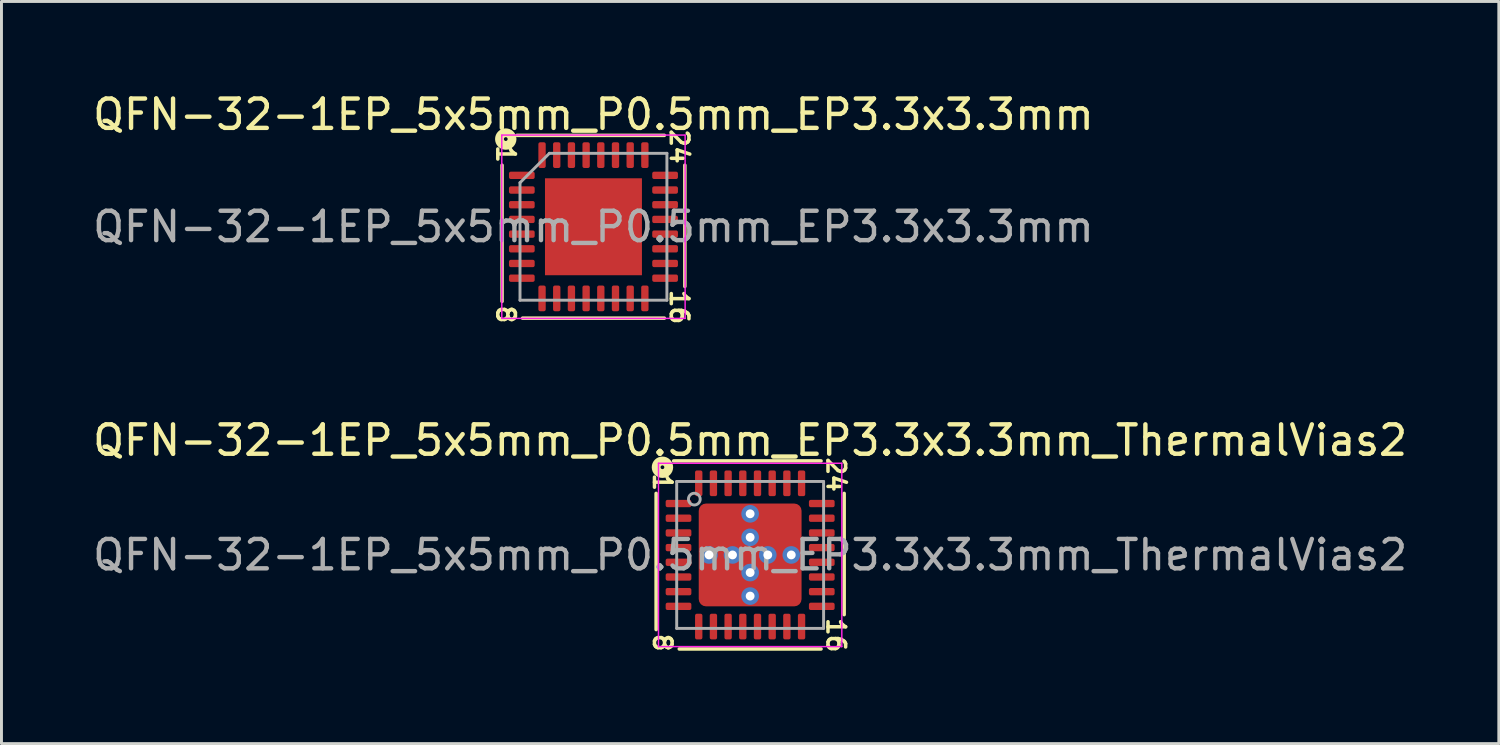
<source format=kicad_pcb>
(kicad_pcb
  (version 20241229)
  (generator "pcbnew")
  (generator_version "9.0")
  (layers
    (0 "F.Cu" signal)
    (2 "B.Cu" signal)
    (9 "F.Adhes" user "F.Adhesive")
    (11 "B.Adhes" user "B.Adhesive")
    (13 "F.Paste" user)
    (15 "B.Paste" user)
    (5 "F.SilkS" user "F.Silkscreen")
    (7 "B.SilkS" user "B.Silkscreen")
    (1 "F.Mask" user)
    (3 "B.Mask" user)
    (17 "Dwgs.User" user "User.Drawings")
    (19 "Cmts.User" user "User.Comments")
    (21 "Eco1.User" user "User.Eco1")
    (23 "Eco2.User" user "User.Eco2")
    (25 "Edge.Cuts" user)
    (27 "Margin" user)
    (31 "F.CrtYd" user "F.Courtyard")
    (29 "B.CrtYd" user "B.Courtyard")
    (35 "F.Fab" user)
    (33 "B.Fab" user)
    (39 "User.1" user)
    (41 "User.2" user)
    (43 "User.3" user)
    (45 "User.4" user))
  (footprint "QFN-32-1EP_5x5mm_P0.5mm_EP3.3x3.3mm"
    (layer "F.Cu")
    (at 17.149 4.668)
    (property "Reference" "QFN-32-1EP_5x5mm_P0.5mm_EP3.3x3.3mm" (at 0 -3.82 0) (layer "F.SilkS") (effects (font (size 1 1) (thickness 0.15))))
    (attr smd)
    (fp_line (start -3.111 -2.095) (end -3.111 2.54) (stroke (width 0.12) (type solid)) (layer "F.SilkS"))
    (fp_line (start -2.413 3.111) (end 2.413 3.111) (stroke (width 0.12) (type solid)) (layer "F.SilkS"))
    (fp_line (start 2.413 -3.111) (end -2.603 -3.111) (stroke (width 0.12) (type solid)) (layer "F.SilkS"))
    (fp_line (start 3.111 2.032) (end 3.111 -2.095) (stroke (width 0.12) (type solid)) (layer "F.SilkS"))
    (fp_circle (center -2.985 -2.985) (end -2.921 -2.985) (stroke (width 0.3) (type solid)) (fill no) (layer "F.SilkS"))
    (fp_line (start -3.12 -3.12) (end -3.12 3.12) (stroke (width 0.05) (type solid)) (layer "F.CrtYd"))
    (fp_line (start -3.12 3.12) (end 3.12 3.12) (stroke (width 0.05) (type solid)) (layer "F.CrtYd"))
    (fp_line (start 3.12 -3.12) (end -3.12 -3.12) (stroke (width 0.05) (type solid)) (layer "F.CrtYd"))
    (fp_line (start 3.12 3.12) (end 3.12 -3.12) (stroke (width 0.05) (type solid)) (layer "F.CrtYd"))
    (fp_line (start -2.5 -1.5) (end -1.5 -2.5) (stroke (width 0.1) (type solid)) (layer "F.Fab"))
    (fp_line (start -2.5 2.5) (end -2.5 -1.5) (stroke (width 0.1) (type solid)) (layer "F.Fab"))
    (fp_line (start -1.5 -2.5) (end 2.5 -2.5) (stroke (width 0.1) (type solid)) (layer "F.Fab"))
    (fp_line (start 2.5 -2.5) (end 2.5 2.5) (stroke (width 0.1) (type solid)) (layer "F.Fab"))
    (fp_line (start 2.5 2.5) (end -2.5 2.5) (stroke (width 0.1) (type solid)) (layer "F.Fab"))
    (fp_text user "16" (at 2.921 2.731 270) (unlocked yes) (layer "F.SilkS") (effects (font (size 0.6 0.6) (thickness 0.12))))
    (fp_text user "24" (at 2.921 -2.731 270) (unlocked yes) (layer "F.SilkS") (effects (font (size 0.6 0.6) (thickness 0.12))))
    (fp_text user "8" (at -2.985 2.985 270) (unlocked yes) (layer "F.SilkS") (effects (font (size 0.6 0.6) (thickness 0.12))))
    (fp_text user "1" (at -2.985 -2.477 270) (unlocked yes) (layer "F.SilkS") (effects (font (size 0.6 0.6) (thickness 0.12))))
    (fp_text user "${REFERENCE}" (at 0 0 0) (layer "F.Fab") (effects (font (size 1 1) (thickness 0.15))))
    (pad "" smd roundrect (at -1.1 -1.1) (size 0.89 0.89) (layers "F.Paste") (roundrect_rratio 0.25))
    (pad "" smd roundrect (at -1.1 0) (size 0.89 0.89) (layers "F.Paste") (roundrect_rratio 0.25))
    (pad "" smd roundrect (at -1.1 1.1) (size 0.89 0.89) (layers "F.Paste") (roundrect_rratio 0.25))
    (pad "" smd roundrect (at 0 -1.1) (size 0.89 0.89) (layers "F.Paste") (roundrect_rratio 0.25))
    (pad "" smd roundrect (at 0 0) (size 0.89 0.89) (layers "F.Paste") (roundrect_rratio 0.25))
    (pad "" smd roundrect (at 0 1.1) (size 0.89 0.89) (layers "F.Paste") (roundrect_rratio 0.25))
    (pad "" smd roundrect (at 1.1 -1.1) (size 0.89 0.89) (layers "F.Paste") (roundrect_rratio 0.25))
    (pad "" smd roundrect (at 1.1 0) (size 0.89 0.89) (layers "F.Paste") (roundrect_rratio 0.25))
    (pad "" smd roundrect (at 1.1 1.1) (size 0.89 0.89) (layers "F.Paste") (roundrect_rratio 0.25))
    (pad "1" smd roundrect (at -2.438 -1.75) (size 0.875 0.25) (layers "F.Cu" "F.Mask" "F.Paste") (roundrect_rratio 0.25))
    (pad "2" smd roundrect (at -2.438 -1.25) (size 0.875 0.25) (layers "F.Cu" "F.Mask" "F.Paste") (roundrect_rratio 0.25))
    (pad "3" smd roundrect (at -2.438 -0.75) (size 0.875 0.25) (layers "F.Cu" "F.Mask" "F.Paste") (roundrect_rratio 0.25))
    (pad "4" smd roundrect (at -2.438 -0.25) (size 0.875 0.25) (layers "F.Cu" "F.Mask" "F.Paste") (roundrect_rratio 0.25))
    (pad "5" smd roundrect (at -2.438 0.25) (size 0.875 0.25) (layers "F.Cu" "F.Mask" "F.Paste") (roundrect_rratio 0.25))
    (pad "6" smd roundrect (at -2.438 0.75) (size 0.875 0.25) (layers "F.Cu" "F.Mask" "F.Paste") (roundrect_rratio 0.25))
    (pad "7" smd roundrect (at -2.438 1.25) (size 0.875 0.25) (layers "F.Cu" "F.Mask" "F.Paste") (roundrect_rratio 0.25))
    (pad "8" smd roundrect (at -2.438 1.75) (size 0.875 0.25) (layers "F.Cu" "F.Mask" "F.Paste") (roundrect_rratio 0.25))
    (pad "9" smd roundrect (at -1.75 2.438) (size 0.25 0.875) (layers "F.Cu" "F.Mask" "F.Paste") (roundrect_rratio 0.25))
    (pad "10" smd roundrect (at -1.25 2.438) (size 0.25 0.875) (layers "F.Cu" "F.Mask" "F.Paste") (roundrect_rratio 0.25))
    (pad "11" smd roundrect (at -0.75 2.438) (size 0.25 0.875) (layers "F.Cu" "F.Mask" "F.Paste") (roundrect_rratio 0.25))
    (pad "12" smd roundrect (at -0.25 2.438) (size 0.25 0.875) (layers "F.Cu" "F.Mask" "F.Paste") (roundrect_rratio 0.25))
    (pad "13" smd roundrect (at 0.25 2.438) (size 0.25 0.875) (layers "F.Cu" "F.Mask" "F.Paste") (roundrect_rratio 0.25))
    (pad "14" smd roundrect (at 0.75 2.438) (size 0.25 0.875) (layers "F.Cu" "F.Mask" "F.Paste") (roundrect_rratio 0.25))
    (pad "15" smd roundrect (at 1.25 2.438) (size 0.25 0.875) (layers "F.Cu" "F.Mask" "F.Paste") (roundrect_rratio 0.25))
    (pad "16" smd roundrect (at 1.75 2.438) (size 0.25 0.875) (layers "F.Cu" "F.Mask" "F.Paste") (roundrect_rratio 0.25))
    (pad "17" smd roundrect (at 2.438 1.75) (size 0.875 0.25) (layers "F.Cu" "F.Mask" "F.Paste") (roundrect_rratio 0.25))
    (pad "18" smd roundrect (at 2.438 1.25) (size 0.875 0.25) (layers "F.Cu" "F.Mask" "F.Paste") (roundrect_rratio 0.25))
    (pad "19" smd roundrect (at 2.438 0.75) (size 0.875 0.25) (layers "F.Cu" "F.Mask" "F.Paste") (roundrect_rratio 0.25))
    (pad "20" smd roundrect (at 2.438 0.25) (size 0.875 0.25) (layers "F.Cu" "F.Mask" "F.Paste") (roundrect_rratio 0.25))
    (pad "21" smd roundrect (at 2.438 -0.25) (size 0.875 0.25) (layers "F.Cu" "F.Mask" "F.Paste") (roundrect_rratio 0.25))
    (pad "22" smd roundrect (at 2.438 -0.75) (size 0.875 0.25) (layers "F.Cu" "F.Mask" "F.Paste") (roundrect_rratio 0.25))
    (pad "23" smd roundrect (at 2.438 -1.25) (size 0.875 0.25) (layers "F.Cu" "F.Mask" "F.Paste") (roundrect_rratio 0.25))
    (pad "24" smd roundrect (at 2.438 -1.75) (size 0.875 0.25) (layers "F.Cu" "F.Mask" "F.Paste") (roundrect_rratio 0.25))
    (pad "25" smd roundrect (at 1.75 -2.438) (size 0.25 0.875) (layers "F.Cu" "F.Mask" "F.Paste") (roundrect_rratio 0.25))
    (pad "26" smd roundrect (at 1.25 -2.438) (size 0.25 0.875) (layers "F.Cu" "F.Mask" "F.Paste") (roundrect_rratio 0.25))
    (pad "27" smd roundrect (at 0.75 -2.438) (size 0.25 0.875) (layers "F.Cu" "F.Mask" "F.Paste") (roundrect_rratio 0.25))
    (pad "28" smd roundrect (at 0.25 -2.438) (size 0.25 0.875) (layers "F.Cu" "F.Mask" "F.Paste") (roundrect_rratio 0.25))
    (pad "29" smd roundrect (at -0.25 -2.438) (size 0.25 0.875) (layers "F.Cu" "F.Mask" "F.Paste") (roundrect_rratio 0.25))
    (pad "30" smd roundrect (at -0.75 -2.438) (size 0.25 0.875) (layers "F.Cu" "F.Mask" "F.Paste") (roundrect_rratio 0.25))
    (pad "31" smd roundrect (at -1.25 -2.438) (size 0.25 0.875) (layers "F.Cu" "F.Mask" "F.Paste") (roundrect_rratio 0.25))
    (pad "32" smd roundrect (at -1.75 -2.438) (size 0.25 0.875) (layers "F.Cu" "F.Mask" "F.Paste") (roundrect_rratio 0.25))
    (pad "33" smd rect (at 0 0) (size 3.3 3.3) (layers "F.Cu" "F.Mask")))
  (footprint "QFN-32-1EP_5x5mm_P0.5mm_EP3.3x3.3mm_ThermalVias2"
    (layer "F.Cu")
    (at 22.482 15.838)
    (property "Reference" "QFN-32-1EP_5x5mm_P0.5mm_EP3.3x3.3mm_ThermalVias2" (at 0 -3.9 0) (layer "F.SilkS") (effects (font (size 1 1) (thickness 0.15))))
    (attr smd)
    (fp_line (start -3.2 -2.095) (end -3.2 2.54) (stroke (width 0.12) (type solid)) (layer "F.SilkS"))
    (fp_line (start -2.413 3.2) (end 2.413 3.2) (stroke (width 0.12) (type solid)) (layer "F.SilkS"))
    (fp_line (start 2.413 -3.2) (end -2.603 -3.2) (stroke (width 0.12) (type solid)) (layer "F.SilkS"))
    (fp_line (start 3.2 2.032) (end 3.2 -2.095) (stroke (width 0.12) (type solid)) (layer "F.SilkS"))
    (fp_circle (center -2.985 -2.985) (end -2.921 -2.985) (stroke (width 0.3) (type solid)) (fill no) (layer "F.SilkS"))
    (fp_line (start -3.12 -3.12) (end -3.12 3.12) (stroke (width 0.05) (type solid)) (layer "F.CrtYd"))
    (fp_line (start -3.12 3.12) (end 3.12 3.12) (stroke (width 0.05) (type solid)) (layer "F.CrtYd"))
    (fp_line (start 3.12 -3.12) (end -3.12 -3.12) (stroke (width 0.05) (type solid)) (layer "F.CrtYd"))
    (fp_line (start 3.12 3.12) (end 3.12 -3.12) (stroke (width 0.05) (type solid)) (layer "F.CrtYd"))
    (fp_line (start -2.5 -2.5) (end 2.5 -2.5) (stroke (width 0.1) (type solid)) (layer "F.Fab"))
    (fp_line (start -2.5 2.5) (end -2.5 -2.5) (stroke (width 0.1) (type solid)) (layer "F.Fab"))
    (fp_line (start 2.5 -2.5) (end 2.5 2.5) (stroke (width 0.1) (type solid)) (layer "F.Fab"))
    (fp_line (start 2.5 2.5) (end -2.5 2.5) (stroke (width 0.1) (type solid)) (layer "F.Fab"))
    (fp_circle (center -1.9 -1.9) (end -1.7 -1.9) (stroke (width 0.1) (type solid)) (fill no) (layer "F.Fab"))
    (fp_text user "16" (at 2.921 2.731 270) (unlocked yes) (layer "F.SilkS") (effects (font (size 0.6 0.6) (thickness 0.12))))
    (fp_text user "1" (at -2.985 -2.477 270) (unlocked yes) (layer "F.SilkS") (effects (font (size 0.6 0.6) (thickness 0.12))))
    (fp_text user "24" (at 2.921 -2.731 270) (unlocked yes) (layer "F.SilkS") (effects (font (size 0.6 0.6) (thickness 0.12))))
    (fp_text user "8" (at -2.985 2.985 270) (unlocked yes) (layer "F.SilkS") (effects (font (size 0.6 0.6) (thickness 0.12))))
    (fp_text user "${REFERENCE}" (at 0 0 0) (layer "F.Fab") (effects (font (size 1 1) (thickness 0.15))))
    (pad "" smd roundrect (at -1.312 -1.312) (size 0.475 0.475) (layers "F.Paste") (roundrect_rratio 0.25))
    (pad "" smd roundrect (at -1.312 -0.637) (size 0.475 0.475) (layers "F.Paste") (roundrect_rratio 0.25))
    (pad "" smd roundrect (at -1.312 0.637) (size 0.475 0.475) (layers "F.Paste") (roundrect_rratio 0.25))
    (pad "" smd roundrect (at -1.312 1.312) (size 0.475 0.475) (layers "F.Paste") (roundrect_rratio 0.25))
    (pad "" smd roundrect (at -0.975 -0.975) (size 1.35 1.35) (layers "F.Mask") (roundrect_rratio 0.185))
    (pad "" smd roundrect (at -0.975 0.975) (size 1.35 1.35) (layers "F.Mask") (roundrect_rratio 0.185))
    (pad "" smd roundrect (at -0.637 -1.312) (size 0.475 0.475) (layers "F.Paste") (roundrect_rratio 0.25))
    (pad "" smd roundrect (at -0.637 -0.637) (size 0.475 0.475) (layers "F.Paste") (roundrect_rratio 0.25))
    (pad "" smd roundrect (at -0.637 0.637) (size 0.475 0.475) (layers "F.Paste") (roundrect_rratio 0.25))
    (pad "" smd roundrect (at -0.637 1.312) (size 0.475 0.475) (layers "F.Paste") (roundrect_rratio 0.25))
    (pad "" smd roundrect (at 0.637 -1.312) (size 0.475 0.475) (layers "F.Paste") (roundrect_rratio 0.25))
    (pad "" smd roundrect (at 0.637 -0.637) (size 0.475 0.475) (layers "F.Paste") (roundrect_rratio 0.25))
    (pad "" smd roundrect (at 0.637 0.637) (size 0.475 0.475) (layers "F.Paste") (roundrect_rratio 0.25))
    (pad "" smd roundrect (at 0.637 1.312) (size 0.475 0.475) (layers "F.Paste") (roundrect_rratio 0.25))
    (pad "" smd roundrect (at 0.975 -0.975) (size 1.35 1.35) (layers "F.Mask") (roundrect_rratio 0.185))
    (pad "" smd roundrect (at 0.975 0.975) (size 1.35 1.35) (layers "F.Mask") (roundrect_rratio 0.185))
    (pad "" smd roundrect (at 1.312 -1.312) (size 0.475 0.475) (layers "F.Paste") (roundrect_rratio 0.25))
    (pad "" smd roundrect (at 1.312 -0.637) (size 0.475 0.475) (layers "F.Paste") (roundrect_rratio 0.25))
    (pad "" smd roundrect (at 1.312 0.637) (size 0.475 0.475) (layers "F.Paste") (roundrect_rratio 0.25))
    (pad "" smd roundrect (at 1.312 1.312) (size 0.475 0.475) (layers "F.Paste") (roundrect_rratio 0.25))
    (pad "1" smd roundrect (at -2.438 -1.75) (size 0.875 0.25) (layers "F.Cu" "F.Mask" "F.Paste") (roundrect_rratio 0.25))
    (pad "2" smd roundrect (at -2.438 -1.25) (size 0.875 0.25) (layers "F.Cu" "F.Mask" "F.Paste") (roundrect_rratio 0.25))
    (pad "3" smd roundrect (at -2.438 -0.75) (size 0.875 0.25) (layers "F.Cu" "F.Mask" "F.Paste") (roundrect_rratio 0.25))
    (pad "4" smd roundrect (at -2.438 -0.25) (size 0.875 0.25) (layers "F.Cu" "F.Mask" "F.Paste") (roundrect_rratio 0.25))
    (pad "5" smd roundrect (at -2.438 0.25) (size 0.875 0.25) (layers "F.Cu" "F.Mask" "F.Paste") (roundrect_rratio 0.25))
    (pad "6" smd roundrect (at -2.438 0.75) (size 0.875 0.25) (layers "F.Cu" "F.Mask" "F.Paste") (roundrect_rratio 0.25))
    (pad "7" smd roundrect (at -2.438 1.25) (size 0.875 0.25) (layers "F.Cu" "F.Mask" "F.Paste") (roundrect_rratio 0.25))
    (pad "8" smd roundrect (at -2.438 1.75) (size 0.875 0.25) (layers "F.Cu" "F.Mask" "F.Paste") (roundrect_rratio 0.25))
    (pad "9" smd roundrect (at -1.75 2.438) (size 0.25 0.875) (layers "F.Cu" "F.Mask" "F.Paste") (roundrect_rratio 0.25))
    (pad "10" smd roundrect (at -1.25 2.438) (size 0.25 0.875) (layers "F.Cu" "F.Mask" "F.Paste") (roundrect_rratio 0.25))
    (pad "11" smd roundrect (at -0.75 2.438) (size 0.25 0.875) (layers "F.Cu" "F.Mask" "F.Paste") (roundrect_rratio 0.25))
    (pad "12" smd roundrect (at -0.25 2.438) (size 0.25 0.875) (layers "F.Cu" "F.Mask" "F.Paste") (roundrect_rratio 0.25))
    (pad "13" smd roundrect (at 0.25 2.438) (size 0.25 0.875) (layers "F.Cu" "F.Mask" "F.Paste") (roundrect_rratio 0.25))
    (pad "14" smd roundrect (at 0.75 2.438) (size 0.25 0.875) (layers "F.Cu" "F.Mask" "F.Paste") (roundrect_rratio 0.25))
    (pad "15" smd roundrect (at 1.25 2.438) (size 0.25 0.875) (layers "F.Cu" "F.Mask" "F.Paste") (roundrect_rratio 0.25))
    (pad "16" smd roundrect (at 1.75 2.438) (size 0.25 0.875) (layers "F.Cu" "F.Mask" "F.Paste") (roundrect_rratio 0.25))
    (pad "17" smd roundrect (at 2.438 1.75) (size 0.875 0.25) (layers "F.Cu" "F.Mask" "F.Paste") (roundrect_rratio 0.25))
    (pad "18" smd roundrect (at 2.438 1.25) (size 0.875 0.25) (layers "F.Cu" "F.Mask" "F.Paste") (roundrect_rratio 0.25))
    (pad "19" smd roundrect (at 2.438 0.75) (size 0.875 0.25) (layers "F.Cu" "F.Mask" "F.Paste") (roundrect_rratio 0.25))
    (pad "20" smd roundrect (at 2.438 0.25) (size 0.875 0.25) (layers "F.Cu" "F.Mask" "F.Paste") (roundrect_rratio 0.25))
    (pad "21" smd roundrect (at 2.438 -0.25) (size 0.875 0.25) (layers "F.Cu" "F.Mask" "F.Paste") (roundrect_rratio 0.25))
    (pad "22" smd roundrect (at 2.438 -0.75) (size 0.875 0.25) (layers "F.Cu" "F.Mask" "F.Paste") (roundrect_rratio 0.25))
    (pad "23" smd roundrect (at 2.438 -1.25) (size 0.875 0.25) (layers "F.Cu" "F.Mask" "F.Paste") (roundrect_rratio 0.25))
    (pad "24" smd roundrect (at 2.438 -1.75) (size 0.875 0.25) (layers "F.Cu" "F.Mask" "F.Paste") (roundrect_rratio 0.25))
    (pad "25" smd roundrect (at 1.75 -2.438) (size 0.25 0.875) (layers "F.Cu" "F.Mask" "F.Paste") (roundrect_rratio 0.25))
    (pad "26" smd roundrect (at 1.25 -2.438) (size 0.25 0.875) (layers "F.Cu" "F.Mask" "F.Paste") (roundrect_rratio 0.25))
    (pad "27" smd roundrect (at 0.75 -2.438) (size 0.25 0.875) (layers "F.Cu" "F.Mask" "F.Paste") (roundrect_rratio 0.25))
    (pad "28" smd roundrect (at 0.25 -2.438) (size 0.25 0.875) (layers "F.Cu" "F.Mask" "F.Paste") (roundrect_rratio 0.25))
    (pad "29" smd roundrect (at -0.25 -2.438) (size 0.25 0.875) (layers "F.Cu" "F.Mask" "F.Paste") (roundrect_rratio 0.25))
    (pad "30" smd roundrect (at -0.75 -2.438) (size 0.25 0.875) (layers "F.Cu" "F.Mask" "F.Paste") (roundrect_rratio 0.25))
    (pad "31" smd roundrect (at -1.25 -2.438) (size 0.25 0.875) (layers "F.Cu" "F.Mask" "F.Paste") (roundrect_rratio 0.25))
    (pad "32" smd roundrect (at -1.75 -2.438) (size 0.25 0.875) (layers "F.Cu" "F.Mask" "F.Paste") (roundrect_rratio 0.25))
    (pad "33" thru_hole circle (at -1.4 0) (size 0.6 0.6) (drill 0.3) (property pad_prop_heatsink) (layers "*.Cu" "*.Mask"))
    (pad "33" thru_hole circle (at -0.6 0) (size 0.6 0.6) (drill 0.3) (property pad_prop_heatsink) (layers "*.Cu" "*.Mask"))
    (pad "33" thru_hole circle (at 0 -1.4) (size 0.6 0.6) (drill 0.3) (property pad_prop_heatsink) (layers "*.Cu" "*.Mask"))
    (pad "33" thru_hole circle (at 0 -0.6) (size 0.6 0.6) (drill 0.3) (property pad_prop_heatsink) (layers "*.Cu" "*.Mask"))
    (pad "33" smd roundrect (at 0 0) (size 3.5 3.5) (layers "F.Cu") (roundrect_rratio 0.071))
    (pad "33" thru_hole circle (at 0 0.6) (size 0.6 0.6) (drill 0.3) (property pad_prop_heatsink) (layers "*.Cu" "*.Mask"))
    (pad "33" thru_hole circle (at 0 1.4) (size 0.6 0.6) (drill 0.3) (property pad_prop_heatsink) (layers "*.Cu" "*.Mask"))
    (pad "33" thru_hole circle (at 0.6 0) (size 0.6 0.6) (drill 0.3) (property pad_prop_heatsink) (layers "*.Cu" "*.Mask"))
    (pad "33" thru_hole circle (at 1.4 0) (size 0.6 0.6) (drill 0.3) (property pad_prop_heatsink) (layers "*.Cu" "*.Mask")))
  (gr_rect
    (start -3 -3)
    (end 47.964 22.26)
    (stroke (width 0.1) (type default))
    (fill no)
    (layer "Edge.Cuts")))
</source>
